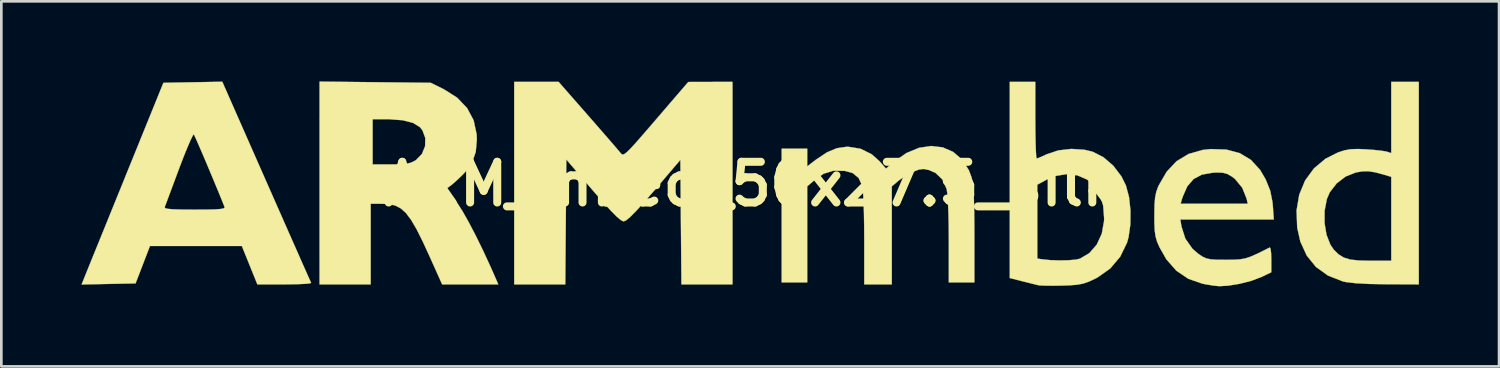
<source format=kicad_pcb>
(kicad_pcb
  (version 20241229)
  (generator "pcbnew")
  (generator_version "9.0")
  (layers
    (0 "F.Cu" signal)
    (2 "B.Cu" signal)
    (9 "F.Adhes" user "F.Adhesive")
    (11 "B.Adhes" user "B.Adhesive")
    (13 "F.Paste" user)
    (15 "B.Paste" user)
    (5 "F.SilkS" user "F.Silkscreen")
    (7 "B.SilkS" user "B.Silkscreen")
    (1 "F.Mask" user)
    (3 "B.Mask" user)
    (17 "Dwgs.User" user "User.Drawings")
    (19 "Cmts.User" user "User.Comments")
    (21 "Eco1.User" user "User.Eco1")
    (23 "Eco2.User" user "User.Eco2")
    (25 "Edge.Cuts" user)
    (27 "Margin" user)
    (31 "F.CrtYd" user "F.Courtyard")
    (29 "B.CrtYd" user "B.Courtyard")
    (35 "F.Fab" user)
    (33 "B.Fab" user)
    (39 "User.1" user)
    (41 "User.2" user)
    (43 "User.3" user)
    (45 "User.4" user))
  (footprint "ARM_mbed_50x27.5_silk"
    (layer "F.Cu")
    (at 25.037 3.842)
    (property "Reference" "ARM_mbed_50x27.5_silk" (at 0 0 0) (layer "F.SilkS") (effects (font (size 1.524 1.524) (thickness 0.3))))
    (attr through_hole)
    (fp_poly (pts (xy -6.072 -2.57) (xy -5.747 -2.199) (xy -5.45 -1.858) (xy -5.196 -1.565) (xy -5 -1.338) (xy -4.879 -1.195) (xy -4.852 -1.162) (xy -4.812 -1.12) (xy -4.766 -1.105) (xy -4.702 -1.13) (xy -4.608 -1.204) (xy -4.471 -1.34) (xy -4.28 -1.549) (xy -4.023 -1.843) (xy -3.686 -2.232) (xy -3.527 -2.418) (xy -2.319 -3.823) (xy -0.663 -3.828) (xy -0.663 3.755) (xy -2.575 3.755) (xy -2.614 -0.906) (xy -3.598 0.247) (xy -3.975 0.681) (xy -4.27 1.006) (xy -4.491 1.229) (xy -4.644 1.357) (xy -4.739 1.398) (xy -4.739 1.398) (xy -4.835 1.355) (xy -4.994 1.222) (xy -5.221 0.992) (xy -5.524 0.659) (xy -5.89 0.239) (xy -6.884 -0.92) (xy -6.923 3.755) (xy -8.835 3.755) (xy -8.835 -3.828) (xy -7.174 -3.828) (xy -6.072 -2.57)) (stroke (width 0.01) (type solid)) (fill yes) (layer "F.SilkS"))
    (fp_poly (pts (xy 25.032 3.755) (xy 23.799 3.75) (xy 23.162 3.739) (xy 22.662 3.711) (xy 22.301 3.668) (xy 22.181 3.641) (xy 21.631 3.425) (xy 21.182 3.102) (xy 20.836 2.676) (xy 20.596 2.15) (xy 20.479 1.628) (xy 20.473 1.465) (xy 21.504 1.465) (xy 21.578 1.901) (xy 21.723 2.271) (xy 21.85 2.456) (xy 22.031 2.633) (xy 22.224 2.752) (xy 22.464 2.825) (xy 22.784 2.861) (xy 23.21 2.871) (xy 24.001 2.871) (xy 24.001 -0.271) (xy 23.725 -0.353) (xy 23.394 -0.442) (xy 23.142 -0.481) (xy 22.912 -0.476) (xy 22.67 -0.434) (xy 22.295 -0.285) (xy 21.959 -0.028) (xy 21.702 0.302) (xy 21.589 0.561) (xy 21.505 1.004) (xy 21.504 1.465) (xy 20.473 1.465) (xy 20.455 0.988) (xy 20.556 0.396) (xy 20.776 -0.134) (xy 21.105 -0.586) (xy 21.537 -0.948) (xy 22.003 -1.183) (xy 22.251 -1.264) (xy 22.486 -1.306) (xy 22.765 -1.314) (xy 23.044 -1.302) (xy 23.354 -1.279) (xy 23.623 -1.25) (xy 23.806 -1.221) (xy 23.836 -1.213) (xy 24.001 -1.161) (xy 24.001 -3.828) (xy 25.032 -3.828) (xy 25.032 3.755)) (stroke (width 0.01) (type solid)) (fill yes) (layer "F.SilkS"))
    (fp_poly (pts (xy -11.96 -3.792) (xy -11.468 -3.549) (xy -10.972 -3.236) (xy -10.6 -2.847) (xy -10.355 -2.389) (xy -10.242 -1.866) (xy -10.234 -1.67) (xy -10.275 -1.204) (xy -10.41 -0.817) (xy -10.66 -0.462) (xy -10.784 -0.331) (xy -10.991 -0.134) (xy -11.175 0.026) (xy -11.296 0.115) (xy -11.367 0.167) (xy -11.37 0.23) (xy -11.292 0.336) (xy -11.128 0.504) (xy -10.971 0.701) (xy -10.77 1.017) (xy -10.535 1.433) (xy -10.275 1.931) (xy -9.999 2.493) (xy -9.719 3.101) (xy -9.584 3.405) (xy -9.432 3.755) (xy -11.533 3.755) (xy -11.993 2.73) (xy -12.261 2.147) (xy -12.492 1.687) (xy -12.697 1.338) (xy -12.889 1.083) (xy -13.082 0.91) (xy -13.287 0.804) (xy -13.518 0.751) (xy -13.786 0.737) (xy -14.209 0.736) (xy -14.209 3.755) (xy -16.123 3.755) (xy -16.123 -0.736) (xy -14.136 -0.736) (xy -13.447 -0.736) (xy -13.105 -0.741) (xy -12.87 -0.76) (xy -12.702 -0.801) (xy -12.561 -0.87) (xy -12.508 -0.904) (xy -12.289 -1.13) (xy -12.172 -1.418) (xy -12.164 -1.725) (xy -12.269 -2.01) (xy -12.366 -2.132) (xy -12.622 -2.291) (xy -13.011 -2.39) (xy -13.53 -2.429) (xy -13.602 -2.429) (xy -14.136 -2.43) (xy -14.136 -0.736) (xy -16.123 -0.736) (xy -16.123 -3.837) (xy -11.96 -3.792)) (stroke (width 0.01) (type solid)) (fill yes) (layer "F.SilkS"))
    (fp_poly (pts (xy 7.21 -1.374) (xy 7.6 -1.204) (xy 7.93 -0.92) (xy 8.184 -0.526) (xy 8.289 -0.249) (xy 8.325 -0.083) (xy 8.353 0.154) (xy 8.373 0.478) (xy 8.386 0.906) (xy 8.392 1.453) (xy 8.393 1.889) (xy 8.393 3.681) (xy 7.436 3.681) (xy 7.436 2.08) (xy 7.432 1.551) (xy 7.421 1.074) (xy 7.404 0.673) (xy 7.382 0.371) (xy 7.357 0.191) (xy 7.355 0.184) (xy 7.196 -0.171) (xy 6.943 -0.415) (xy 6.697 -0.525) (xy 6.497 -0.566) (xy 6.314 -0.543) (xy 6.103 -0.462) (xy 5.844 -0.325) (xy 5.597 -0.161) (xy 5.54 -0.116) (xy 5.301 0.087) (xy 5.301 3.755) (xy 4.27 3.755) (xy 4.27 2.043) (xy 4.266 1.539) (xy 4.258 1.071) (xy 4.244 0.662) (xy 4.227 0.339) (xy 4.207 0.125) (xy 4.196 0.066) (xy 4.059 -0.23) (xy 3.837 -0.412) (xy 3.544 -0.494) (xy 3.118 -0.501) (xy 2.751 -0.389) (xy 2.442 -0.177) (xy 2.135 0.085) (xy 2.135 3.681) (xy 1.178 3.681) (xy 1.178 -1.325) (xy 2.135 -1.325) (xy 2.135 -0.664) (xy 2.476 -0.924) (xy 2.875 -1.189) (xy 3.24 -1.342) (xy 3.61 -1.397) (xy 3.672 -1.397) (xy 4.129 -1.324) (xy 4.547 -1.118) (xy 4.843 -0.854) (xy 5.083 -0.58) (xy 5.389 -0.842) (xy 5.85 -1.163) (xy 6.318 -1.357) (xy 6.777 -1.426) (xy 7.21 -1.374)) (stroke (width 0.01) (type solid)) (fill yes) (layer "F.SilkS"))
    (fp_poly (pts (xy 10.675 -2.393) (xy 10.678 -1.951) (xy 10.685 -1.565) (xy 10.695 -1.255) (xy 10.708 -1.046) (xy 10.724 -0.958) (xy 10.726 -0.957) (xy 10.816 -0.987) (xy 10.99 -1.063) (xy 11.112 -1.121) (xy 11.536 -1.261) (xy 12.023 -1.317) (xy 12.514 -1.285) (xy 12.82 -1.212) (xy 13.223 -1.008) (xy 13.593 -0.689) (xy 13.898 -0.289) (xy 14.068 0.054) (xy 14.183 0.485) (xy 14.238 0.991) (xy 14.233 1.513) (xy 14.165 1.991) (xy 14.109 2.192) (xy 13.853 2.719) (xy 13.481 3.158) (xy 13.005 3.496) (xy 12.92 3.54) (xy 12.677 3.653) (xy 12.469 3.725) (xy 12.247 3.767) (xy 11.964 3.79) (xy 11.683 3.8) (xy 11.351 3.805) (xy 11.062 3.803) (xy 10.855 3.795) (xy 10.786 3.786) (xy 10.638 3.75) (xy 10.404 3.691) (xy 10.178 3.635) (xy 9.718 3.518) (xy 9.718 0.023) (xy 10.749 0.023) (xy 10.749 2.788) (xy 10.951 2.819) (xy 11.249 2.848) (xy 11.588 2.859) (xy 11.918 2.852) (xy 12.193 2.827) (xy 12.345 2.793) (xy 12.698 2.584) (xy 12.975 2.265) (xy 13.163 1.859) (xy 13.247 1.389) (xy 13.251 1.281) (xy 13.215 0.804) (xy 13.095 0.413) (xy 12.905 0.099) (xy 12.618 -0.167) (xy 12.254 -0.325) (xy 11.845 -0.372) (xy 11.42 -0.303) (xy 11.109 -0.172) (xy 10.749 0.023) (xy 9.718 0.023) (xy 9.718 -3.828) (xy 10.675 -3.828) (xy 10.675 -2.393)) (stroke (width 0.01) (type solid)) (fill yes) (layer "F.SilkS"))
    (fp_poly (pts (xy -18.117 -0.094) (xy -17.809 0.604) (xy -17.519 1.261) (xy -17.252 1.866) (xy -17.013 2.405) (xy -16.809 2.868) (xy -16.644 3.24) (xy -16.524 3.51) (xy -16.454 3.666) (xy -16.439 3.7) (xy -16.497 3.719) (xy -16.677 3.736) (xy -16.953 3.748) (xy -17.3 3.754) (xy -17.43 3.755) (xy -18.451 3.755) (xy -19.032 2.319) (xy -22.473 2.319) (xy -22.742 3.019) (xy -23.011 3.718) (xy -24.022 3.738) (xy -25.032 3.759) (xy -24.92 3.481) (xy -24.871 3.359) (xy -24.772 3.115) (xy -24.63 2.763) (xy -24.449 2.318) (xy -24.235 1.792) (xy -23.995 1.2) (xy -23.859 0.865) (xy -21.921 0.865) (xy -21.902 0.901) (xy -21.802 0.927) (xy -21.605 0.944) (xy -21.295 0.954) (xy -20.855 0.957) (xy -20.799 0.957) (xy -20.35 0.955) (xy -20.032 0.947) (xy -19.825 0.932) (xy -19.712 0.909) (xy -19.676 0.875) (xy -19.679 0.86) (xy -19.768 0.635) (xy -19.891 0.333) (xy -20.037 -0.02) (xy -20.196 -0.401) (xy -20.357 -0.783) (xy -20.51 -1.143) (xy -20.645 -1.454) (xy -20.75 -1.693) (xy -20.815 -1.834) (xy -20.83 -1.861) (xy -20.87 -1.813) (xy -20.952 -1.647) (xy -21.067 -1.382) (xy -21.207 -1.038) (xy -21.362 -0.635) (xy -21.385 -0.572) (xy -21.542 -0.151) (xy -21.683 0.226) (xy -21.798 0.536) (xy -21.88 0.755) (xy -21.92 0.862) (xy -21.921 0.865) (xy -23.859 0.865) (xy -23.734 0.557) (xy -23.458 -0.123) (xy -23.389 -0.294) (xy -21.969 -3.792) (xy -19.765 -3.832) (xy -18.117 -0.094)) (stroke (width 0.01) (type solid)) (fill yes) (layer "F.SilkS"))
    (fp_poly (pts (xy 17.828 -1.292) (xy 18.329 -1.158) (xy 18.747 -0.906) (xy 19.091 -0.531) (xy 19.296 -0.181) (xy 19.469 0.245) (xy 19.554 0.674) (xy 19.567 0.809) (xy 19.604 1.325) (xy 16.104 1.325) (xy 16.147 1.59) (xy 16.291 2.041) (xy 16.558 2.421) (xy 16.781 2.614) (xy 16.936 2.717) (xy 17.075 2.781) (xy 17.239 2.817) (xy 17.468 2.832) (xy 17.803 2.834) (xy 17.805 2.834) (xy 18.105 2.832) (xy 18.336 2.818) (xy 18.538 2.782) (xy 18.746 2.712) (xy 18.999 2.6) (xy 19.334 2.433) (xy 19.455 2.372) (xy 19.483 2.424) (xy 19.503 2.588) (xy 19.51 2.823) (xy 19.51 3.302) (xy 19.117 3.488) (xy 18.754 3.624) (xy 18.318 3.735) (xy 17.881 3.805) (xy 17.559 3.822) (xy 17.36 3.803) (xy 17.092 3.76) (xy 16.932 3.729) (xy 16.405 3.547) (xy 15.956 3.244) (xy 15.581 2.817) (xy 15.321 2.359) (xy 15.232 2.152) (xy 15.176 1.959) (xy 15.145 1.738) (xy 15.132 1.444) (xy 15.131 1.178) (xy 15.137 0.793) (xy 15.141 0.736) (xy 16.114 0.736) (xy 18.629 0.736) (xy 18.582 0.534) (xy 18.42 0.133) (xy 18.149 -0.193) (xy 18.034 -0.282) (xy 17.861 -0.381) (xy 17.685 -0.427) (xy 17.445 -0.433) (xy 17.321 -0.426) (xy 16.913 -0.355) (xy 16.6 -0.189) (xy 16.364 0.086) (xy 16.188 0.487) (xy 16.162 0.571) (xy 16.114 0.736) (xy 15.141 0.736) (xy 15.159 0.512) (xy 15.202 0.296) (xy 15.272 0.101) (xy 15.291 0.057) (xy 15.594 -0.465) (xy 15.965 -0.859) (xy 16.413 -1.129) (xy 16.943 -1.279) (xy 17.237 -1.311) (xy 17.828 -1.292)) (stroke (width 0.01) (type solid)) (fill yes) (layer "F.SilkS")))
  (gr_rect
    (start -3 -3)
    (end 53.074 10.668)
    (stroke (width 0.1) (type default))
    (fill no)
    (layer "Edge.Cuts")))
</source>
